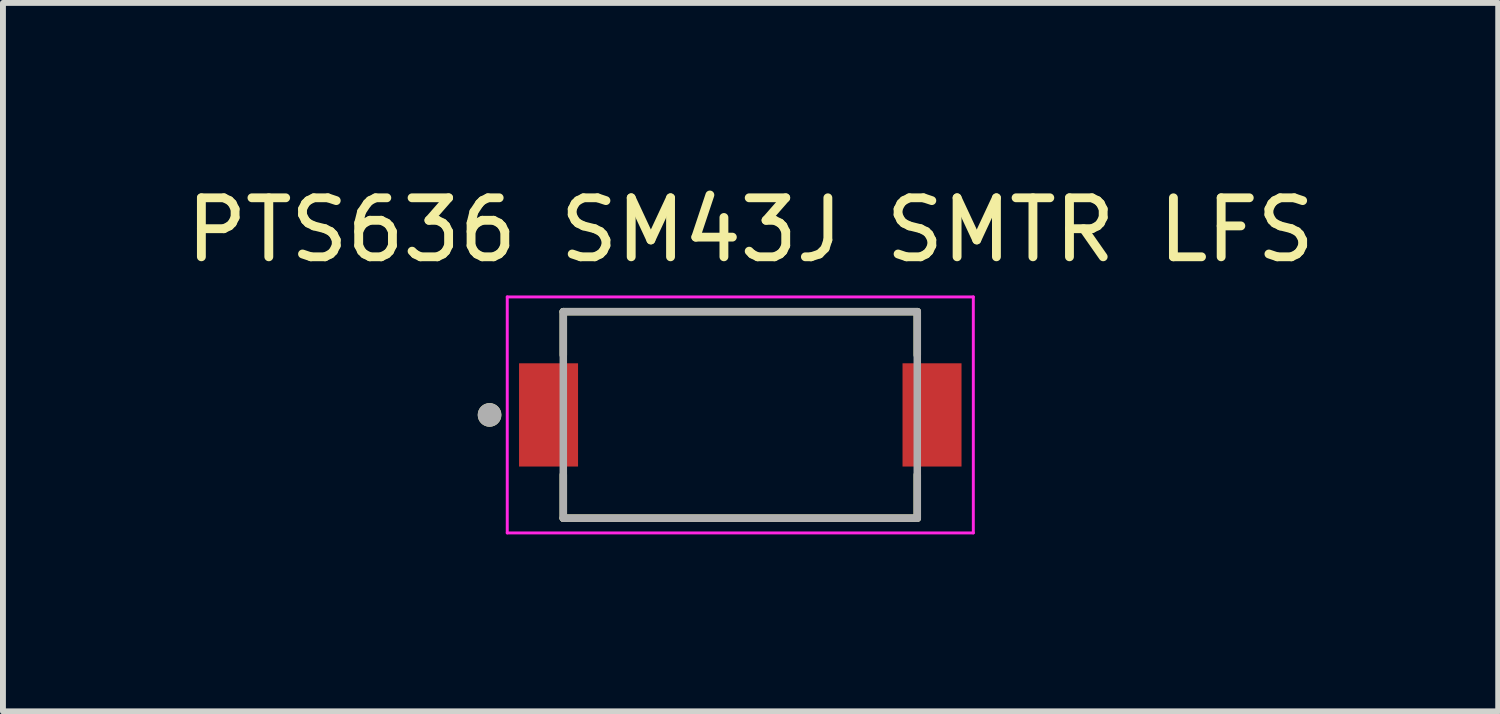
<source format=kicad_pcb>
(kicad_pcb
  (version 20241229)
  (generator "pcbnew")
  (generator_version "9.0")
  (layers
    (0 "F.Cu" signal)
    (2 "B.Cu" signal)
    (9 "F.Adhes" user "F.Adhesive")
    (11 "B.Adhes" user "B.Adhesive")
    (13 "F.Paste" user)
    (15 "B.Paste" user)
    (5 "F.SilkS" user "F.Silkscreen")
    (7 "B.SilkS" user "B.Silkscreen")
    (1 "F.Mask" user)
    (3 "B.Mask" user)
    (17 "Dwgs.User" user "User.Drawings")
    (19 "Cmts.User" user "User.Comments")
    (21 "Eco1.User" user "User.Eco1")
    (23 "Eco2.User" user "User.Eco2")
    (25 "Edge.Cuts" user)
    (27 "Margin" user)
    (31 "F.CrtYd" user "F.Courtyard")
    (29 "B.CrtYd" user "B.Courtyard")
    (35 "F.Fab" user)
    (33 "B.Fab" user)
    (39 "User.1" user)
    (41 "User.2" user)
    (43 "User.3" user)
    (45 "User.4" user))
  (footprint "PTS636 SM43J SMTR LFS"
    (layer "F.Cu")
    (at 9.498 3.983)
    (property "Reference" "PTS636 SM43J SMTR LFS" (at 0.175 -3.135 0) (layer "F.SilkS") (effects (font (size 1 1) (thickness 0.15))))
    (attr smd)
    (fp_line (start -3 -1.75) (end 3 -1.75) (stroke (width 0.127) (type solid)) (layer "F.SilkS"))
    (fp_line (start -3 -1.014) (end -3 -1.75) (stroke (width 0.127) (type solid)) (layer "F.SilkS"))
    (fp_line (start -3 1.75) (end -3 1.014) (stroke (width 0.127) (type solid)) (layer "F.SilkS"))
    (fp_line (start 3 -1.75) (end 3 -1.014) (stroke (width 0.127) (type solid)) (layer "F.SilkS"))
    (fp_line (start 3 1.014) (end 3 1.75) (stroke (width 0.127) (type solid)) (layer "F.SilkS"))
    (fp_line (start 3 1.75) (end -3 1.75) (stroke (width 0.127) (type solid)) (layer "F.SilkS"))
    (fp_circle (center -4.25 0) (end -4.15 0) (stroke (width 0.2) (type solid)) (fill no) (layer "F.SilkS"))
    (fp_line (start -3.95 -2) (end 3.95 -2) (stroke (width 0.05) (type solid)) (layer "F.CrtYd"))
    (fp_line (start -3.95 2) (end -3.95 -2) (stroke (width 0.05) (type solid)) (layer "F.CrtYd"))
    (fp_line (start 3.95 -2) (end 3.95 2) (stroke (width 0.05) (type solid)) (layer "F.CrtYd"))
    (fp_line (start 3.95 2) (end -3.95 2) (stroke (width 0.05) (type solid)) (layer "F.CrtYd"))
    (fp_line (start -3 -1.75) (end 3 -1.75) (stroke (width 0.127) (type solid)) (layer "F.Fab"))
    (fp_line (start -3 1.75) (end -3 -1.75) (stroke (width 0.127) (type solid)) (layer "F.Fab"))
    (fp_line (start 3 -1.75) (end 3 1.75) (stroke (width 0.127) (type solid)) (layer "F.Fab"))
    (fp_line (start 3 1.75) (end -3 1.75) (stroke (width 0.127) (type solid)) (layer "F.Fab"))
    (fp_circle (center -4.25 0) (end -4.15 0) (stroke (width 0.2) (type solid)) (fill no) (layer "F.Fab"))
    (pad "1" smd rect (at -3.25 0) (size 1 1.75) (layers "F.Cu" "F.Mask" "F.Paste"))
    (pad "2" smd rect (at 3.25 0) (size 1 1.75) (layers "F.Cu" "F.Mask" "F.Paste")))
  (gr_rect
    (start -3 -3)
    (end 22.345 9.008)
    (stroke (width 0.1) (type default))
    (fill no)
    (layer "Edge.Cuts")))
</source>
